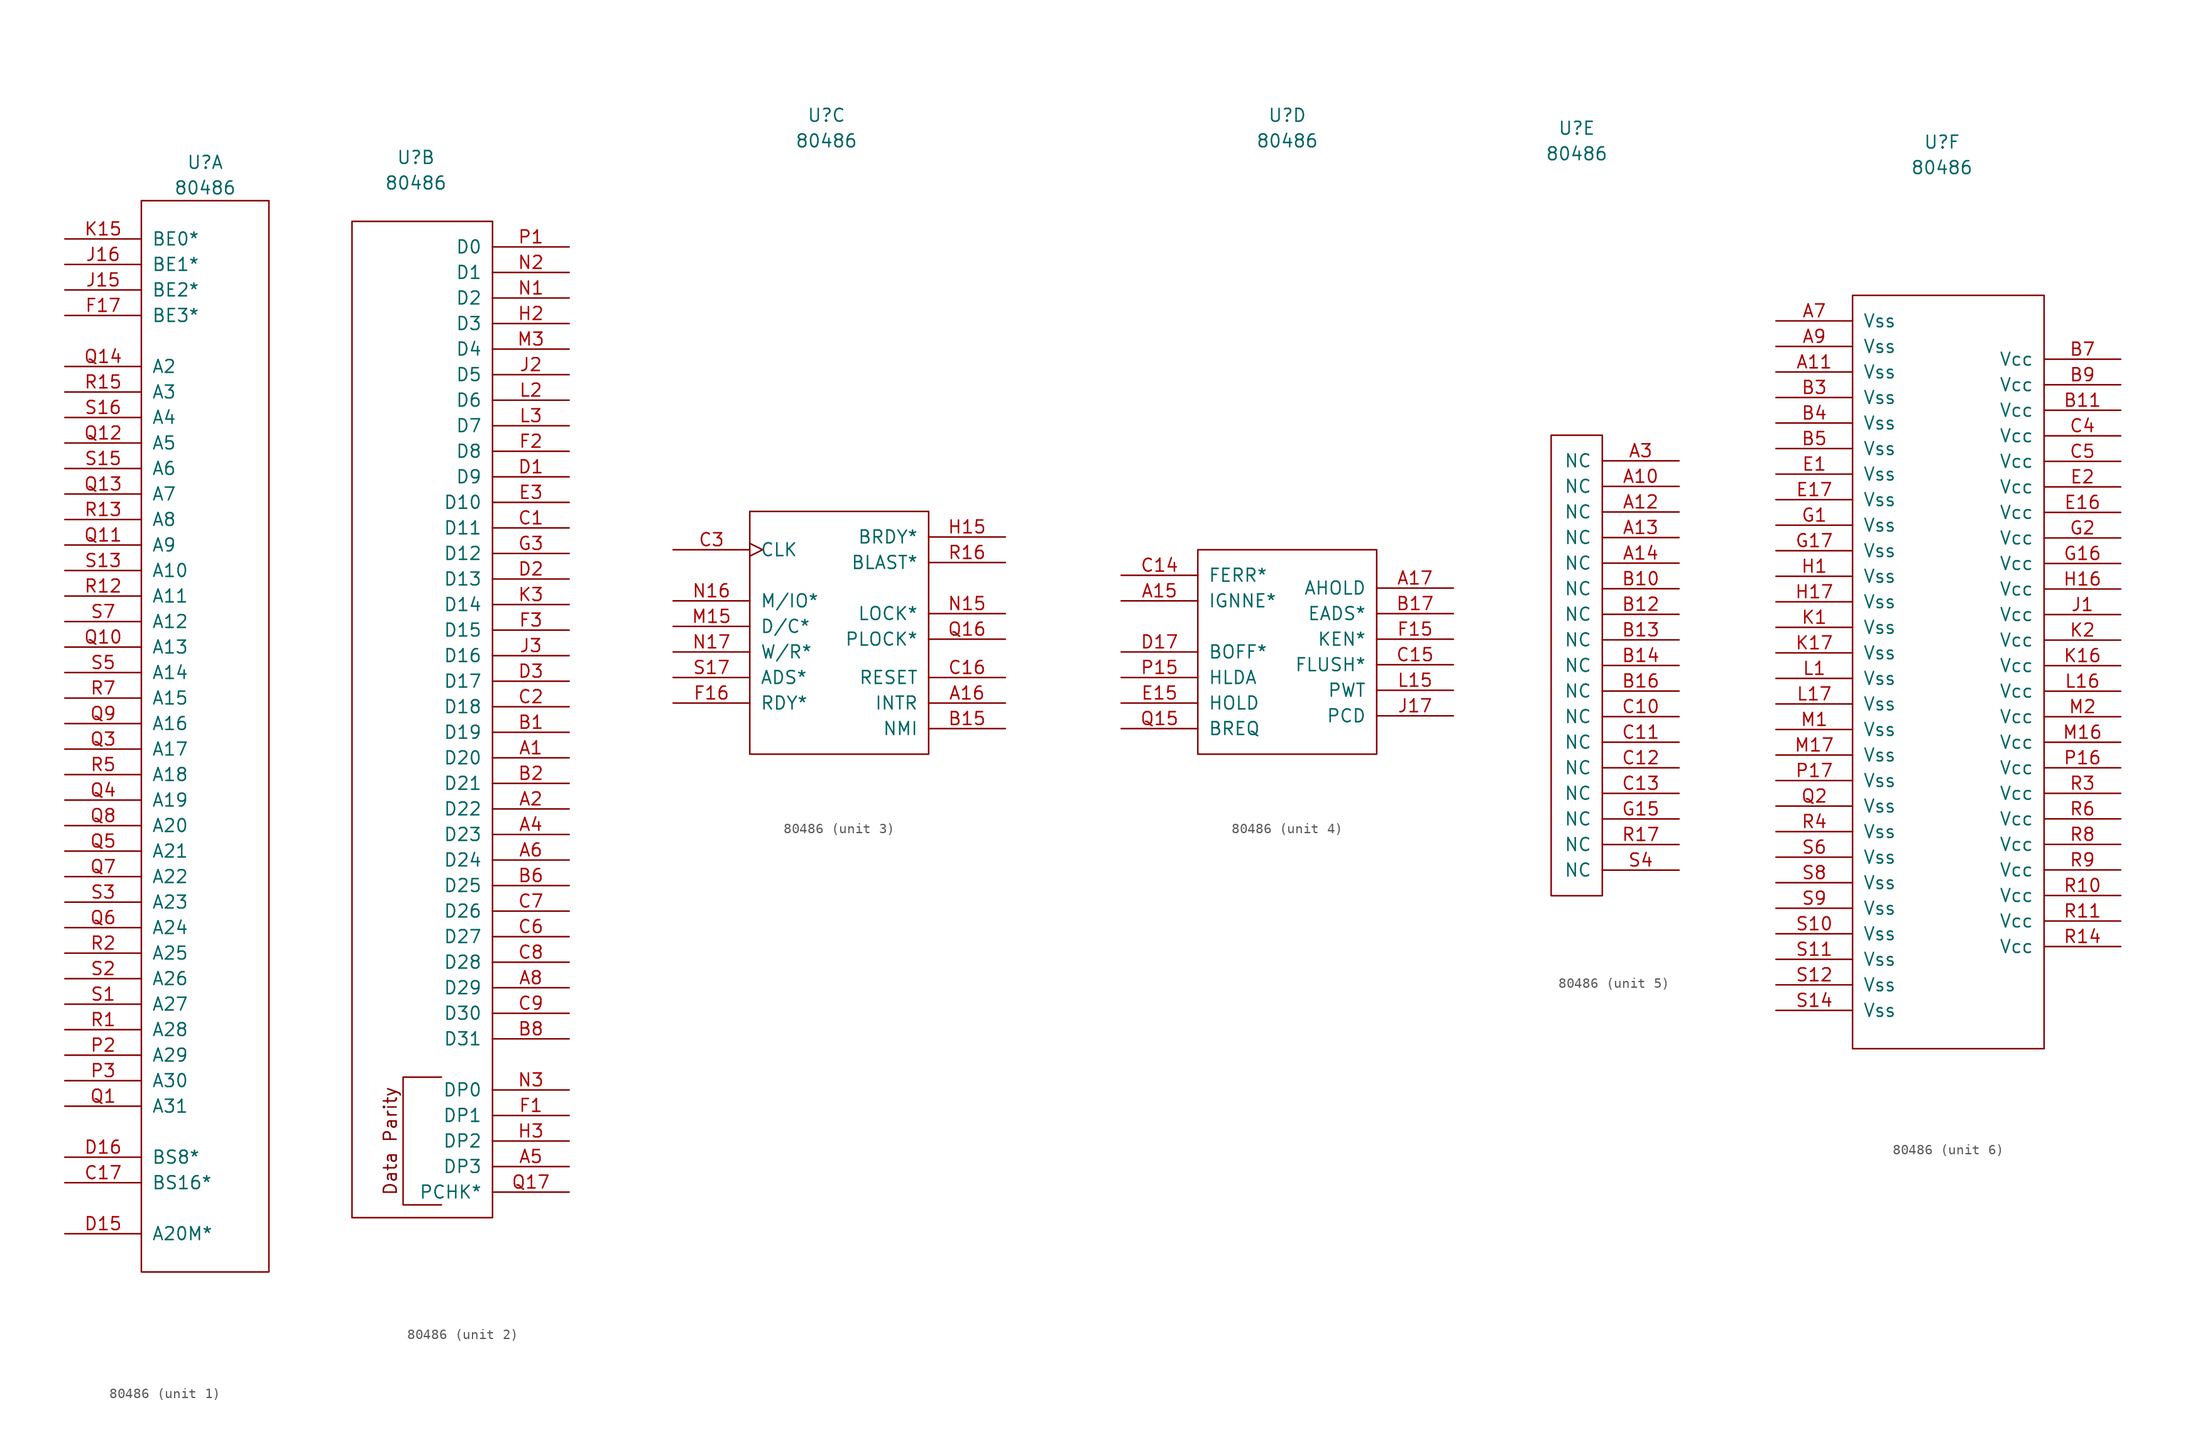
<source format=kicad_sym>
(kicad_symbol_lib
  (version 20211014)
  (generator kicad_symbol_editor)
  (symbol "80486"
    (pin_names
      (offset 1.016))
    (property "Reference" "U"
      (at 0 53.34 0)
      (effects (font (size 1.27 1.27))))
    (property "Value" "80486"
      (at 0 50.8 0)
      (effects (font (size 1.27 1.27))))
    (property "ki_locked" ""
      (at 0 0 0)
      (effects (font (size 1.27 1.27))))
    (symbol "80486_1_1"
      (rectangle (start -6.35 49.53) (end 6.35 -57.15) (stroke (width 0) (type default) (color 0 0 0 0)) (fill (type none)))
      (pin input line (at -13.97 -48.26 0) (length 7.62) (name "BS16*" (effects (font (size 1.27 1.27)))) (number "C17" (effects (font (size 1.27 1.27)))))
      (pin input line (at -13.97 -53.34 0) (length 7.62) (name "A20M*" (effects (font (size 1.27 1.27)))) (number "D15" (effects (font (size 1.27 1.27)))))
      (pin input line (at -13.97 -45.72 0) (length 7.62) (name "BS8*" (effects (font (size 1.27 1.27)))) (number "D16" (effects (font (size 1.27 1.27)))))
      (pin output line (at -13.97 38.1 0) (length 7.62) (name "BE3*" (effects (font (size 1.27 1.27)))) (number "F17" (effects (font (size 1.27 1.27)))))
      (pin output line (at -13.97 40.64 0) (length 7.62) (name "BE2*" (effects (font (size 1.27 1.27)))) (number "J15" (effects (font (size 1.27 1.27)))))
      (pin output line (at -13.97 43.18 0) (length 7.62) (name "BE1*" (effects (font (size 1.27 1.27)))) (number "J16" (effects (font (size 1.27 1.27)))))
      (pin output line (at -13.97 45.72 0) (length 7.62) (name "BE0*" (effects (font (size 1.27 1.27)))) (number "K15" (effects (font (size 1.27 1.27)))))
      (pin bidirectional line (at -13.97 -35.56 0) (length 7.62) (name "A29" (effects (font (size 1.27 1.27)))) (number "P2" (effects (font (size 1.27 1.27)))))
      (pin bidirectional line (at -13.97 -38.1 0) (length 7.62) (name "A30" (effects (font (size 1.27 1.27)))) (number "P3" (effects (font (size 1.27 1.27)))))
      (pin bidirectional line (at -13.97 -40.64 0) (length 7.62) (name "A31" (effects (font (size 1.27 1.27)))) (number "Q1" (effects (font (size 1.27 1.27)))))
      (pin bidirectional line (at -13.97 5.08 0) (length 7.62) (name "A13" (effects (font (size 1.27 1.27)))) (number "Q10" (effects (font (size 1.27 1.27)))))
      (pin bidirectional line (at -13.97 15.24 0) (length 7.62) (name "A9" (effects (font (size 1.27 1.27)))) (number "Q11" (effects (font (size 1.27 1.27)))))
      (pin bidirectional line (at -13.97 25.4 0) (length 7.62) (name "A5" (effects (font (size 1.27 1.27)))) (number "Q12" (effects (font (size 1.27 1.27)))))
      (pin bidirectional line (at -13.97 20.32 0) (length 7.62) (name "A7" (effects (font (size 1.27 1.27)))) (number "Q13" (effects (font (size 1.27 1.27)))))
      (pin output line (at -13.97 33.02 0) (length 7.62) (name "A2" (effects (font (size 1.27 1.27)))) (number "Q14" (effects (font (size 1.27 1.27)))))
      (pin bidirectional line (at -13.97 -5.08 0) (length 7.62) (name "A17" (effects (font (size 1.27 1.27)))) (number "Q3" (effects (font (size 1.27 1.27)))))
      (pin bidirectional line (at -13.97 -10.16 0) (length 7.62) (name "A19" (effects (font (size 1.27 1.27)))) (number "Q4" (effects (font (size 1.27 1.27)))))
      (pin bidirectional line (at -13.97 -15.24 0) (length 7.62) (name "A21" (effects (font (size 1.27 1.27)))) (number "Q5" (effects (font (size 1.27 1.27)))))
      (pin bidirectional line (at -13.97 -22.86 0) (length 7.62) (name "A24" (effects (font (size 1.27 1.27)))) (number "Q6" (effects (font (size 1.27 1.27)))))
      (pin bidirectional line (at -13.97 -17.78 0) (length 7.62) (name "A22" (effects (font (size 1.27 1.27)))) (number "Q7" (effects (font (size 1.27 1.27)))))
      (pin bidirectional line (at -13.97 -12.7 0) (length 7.62) (name "A20" (effects (font (size 1.27 1.27)))) (number "Q8" (effects (font (size 1.27 1.27)))))
      (pin bidirectional line (at -13.97 -2.54 0) (length 7.62) (name "A16" (effects (font (size 1.27 1.27)))) (number "Q9" (effects (font (size 1.27 1.27)))))
      (pin bidirectional line (at -13.97 -33.02 0) (length 7.62) (name "A28" (effects (font (size 1.27 1.27)))) (number "R1" (effects (font (size 1.27 1.27)))))
      (pin bidirectional line (at -13.97 10.16 0) (length 7.62) (name "A11" (effects (font (size 1.27 1.27)))) (number "R12" (effects (font (size 1.27 1.27)))))
      (pin bidirectional line (at -13.97 17.78 0) (length 7.62) (name "A8" (effects (font (size 1.27 1.27)))) (number "R13" (effects (font (size 1.27 1.27)))))
      (pin output line (at -13.97 30.48 0) (length 7.62) (name "A3" (effects (font (size 1.27 1.27)))) (number "R15" (effects (font (size 1.27 1.27)))))
      (pin bidirectional line (at -13.97 -25.4 0) (length 7.62) (name "A25" (effects (font (size 1.27 1.27)))) (number "R2" (effects (font (size 1.27 1.27)))))
      (pin bidirectional line (at -13.97 -7.62 0) (length 7.62) (name "A18" (effects (font (size 1.27 1.27)))) (number "R5" (effects (font (size 1.27 1.27)))))
      (pin bidirectional line (at -13.97 0 0) (length 7.62) (name "A15" (effects (font (size 1.27 1.27)))) (number "R7" (effects (font (size 1.27 1.27)))))
      (pin bidirectional line (at -13.97 -30.48 0) (length 7.62) (name "A27" (effects (font (size 1.27 1.27)))) (number "S1" (effects (font (size 1.27 1.27)))))
      (pin bidirectional line (at -13.97 12.7 0) (length 7.62) (name "A10" (effects (font (size 1.27 1.27)))) (number "S13" (effects (font (size 1.27 1.27)))))
      (pin bidirectional line (at -13.97 22.86 0) (length 7.62) (name "A6" (effects (font (size 1.27 1.27)))) (number "S15" (effects (font (size 1.27 1.27)))))
      (pin bidirectional line (at -13.97 27.94 0) (length 7.62) (name "A4" (effects (font (size 1.27 1.27)))) (number "S16" (effects (font (size 1.27 1.27)))))
      (pin bidirectional line (at -13.97 -27.94 0) (length 7.62) (name "A26" (effects (font (size 1.27 1.27)))) (number "S2" (effects (font (size 1.27 1.27)))))
      (pin bidirectional line (at -13.97 -20.32 0) (length 7.62) (name "A23" (effects (font (size 1.27 1.27)))) (number "S3" (effects (font (size 1.27 1.27)))))
      (pin bidirectional line (at -13.97 2.54 0) (length 7.62) (name "A14" (effects (font (size 1.27 1.27)))) (number "S5" (effects (font (size 1.27 1.27)))))
      (pin bidirectional line (at -13.97 7.62 0) (length 7.62) (name "A12" (effects (font (size 1.27 1.27)))) (number "S7" (effects (font (size 1.27 1.27))))))
    (symbol "80486_2_1"
      (polyline (pts (xy 2.54 -38.1) (xy -1.27 -38.1) (xy -1.27 -50.8) (xy 2.54 -50.8)) (stroke (width 0) (type default) (color 0 0 0 0)) (fill (type none)))
      (rectangle (start 7.62 46.99) (end -6.35 -52.07) (stroke (width 0) (type default) (color 0 0 0 0)) (fill (type none)))
      (text "Data Parity" (at -2.54 -44.45 900) (effects (font (size 1.27 1.27))))
      (pin bidirectional line (at 15.24 -6.35 180) (length 7.62) (name "D20" (effects (font (size 1.27 1.27)))) (number "A1" (effects (font (size 1.27 1.27)))))
      (pin bidirectional line (at 15.24 -11.43 180) (length 7.62) (name "D22" (effects (font (size 1.27 1.27)))) (number "A2" (effects (font (size 1.27 1.27)))))
      (pin bidirectional line (at 15.24 -13.97 180) (length 7.62) (name "D23" (effects (font (size 1.27 1.27)))) (number "A4" (effects (font (size 1.27 1.27)))))
      (pin bidirectional line (at 15.24 -46.99 180) (length 7.62) (name "DP3" (effects (font (size 1.27 1.27)))) (number "A5" (effects (font (size 1.27 1.27)))))
      (pin bidirectional line (at 15.24 -16.51 180) (length 7.62) (name "D24" (effects (font (size 1.27 1.27)))) (number "A6" (effects (font (size 1.27 1.27)))))
      (pin bidirectional line (at 15.24 -29.21 180) (length 7.62) (name "D29" (effects (font (size 1.27 1.27)))) (number "A8" (effects (font (size 1.27 1.27)))))
      (pin bidirectional line (at 15.24 -3.81 180) (length 7.62) (name "D19" (effects (font (size 1.27 1.27)))) (number "B1" (effects (font (size 1.27 1.27)))))
      (pin bidirectional line (at 15.24 -8.89 180) (length 7.62) (name "D21" (effects (font (size 1.27 1.27)))) (number "B2" (effects (font (size 1.27 1.27)))))
      (pin bidirectional line (at 15.24 -19.05 180) (length 7.62) (name "D25" (effects (font (size 1.27 1.27)))) (number "B6" (effects (font (size 1.27 1.27)))))
      (pin bidirectional line (at 15.24 -34.29 180) (length 7.62) (name "D31" (effects (font (size 1.27 1.27)))) (number "B8" (effects (font (size 1.27 1.27)))))
      (pin bidirectional line (at 15.24 16.51 180) (length 7.62) (name "D11" (effects (font (size 1.27 1.27)))) (number "C1" (effects (font (size 1.27 1.27)))))
      (pin bidirectional line (at 15.24 -1.27 180) (length 7.62) (name "D18" (effects (font (size 1.27 1.27)))) (number "C2" (effects (font (size 1.27 1.27)))))
      (pin bidirectional line (at 15.24 -24.13 180) (length 7.62) (name "D27" (effects (font (size 1.27 1.27)))) (number "C6" (effects (font (size 1.27 1.27)))))
      (pin bidirectional line (at 15.24 -21.59 180) (length 7.62) (name "D26" (effects (font (size 1.27 1.27)))) (number "C7" (effects (font (size 1.27 1.27)))))
      (pin bidirectional line (at 15.24 -26.67 180) (length 7.62) (name "D28" (effects (font (size 1.27 1.27)))) (number "C8" (effects (font (size 1.27 1.27)))))
      (pin bidirectional line (at 15.24 -31.75 180) (length 7.62) (name "D30" (effects (font (size 1.27 1.27)))) (number "C9" (effects (font (size 1.27 1.27)))))
      (pin bidirectional line (at 15.24 21.59 180) (length 7.62) (name "D9" (effects (font (size 1.27 1.27)))) (number "D1" (effects (font (size 1.27 1.27)))))
      (pin bidirectional line (at 15.24 11.43 180) (length 7.62) (name "D13" (effects (font (size 1.27 1.27)))) (number "D2" (effects (font (size 1.27 1.27)))))
      (pin bidirectional line (at 15.24 1.27 180) (length 7.62) (name "D17" (effects (font (size 1.27 1.27)))) (number "D3" (effects (font (size 1.27 1.27)))))
      (pin bidirectional line (at 15.24 19.05 180) (length 7.62) (name "D10" (effects (font (size 1.27 1.27)))) (number "E3" (effects (font (size 1.27 1.27)))))
      (pin bidirectional line (at 15.24 -41.91 180) (length 7.62) (name "DP1" (effects (font (size 1.27 1.27)))) (number "F1" (effects (font (size 1.27 1.27)))))
      (pin bidirectional line (at 15.24 24.13 180) (length 7.62) (name "D8" (effects (font (size 1.27 1.27)))) (number "F2" (effects (font (size 1.27 1.27)))))
      (pin bidirectional line (at 15.24 6.35 180) (length 7.62) (name "D15" (effects (font (size 1.27 1.27)))) (number "F3" (effects (font (size 1.27 1.27)))))
      (pin bidirectional line (at 15.24 13.97 180) (length 7.62) (name "D12" (effects (font (size 1.27 1.27)))) (number "G3" (effects (font (size 1.27 1.27)))))
      (pin bidirectional line (at 15.24 36.83 180) (length 7.62) (name "D3" (effects (font (size 1.27 1.27)))) (number "H2" (effects (font (size 1.27 1.27)))))
      (pin bidirectional line (at 15.24 -44.45 180) (length 7.62) (name "DP2" (effects (font (size 1.27 1.27)))) (number "H3" (effects (font (size 1.27 1.27)))))
      (pin bidirectional line (at 15.24 31.75 180) (length 7.62) (name "D5" (effects (font (size 1.27 1.27)))) (number "J2" (effects (font (size 1.27 1.27)))))
      (pin bidirectional line (at 15.24 3.81 180) (length 7.62) (name "D16" (effects (font (size 1.27 1.27)))) (number "J3" (effects (font (size 1.27 1.27)))))
      (pin bidirectional line (at 15.24 8.89 180) (length 7.62) (name "D14" (effects (font (size 1.27 1.27)))) (number "K3" (effects (font (size 1.27 1.27)))))
      (pin bidirectional line (at 15.24 29.21 180) (length 7.62) (name "D6" (effects (font (size 1.27 1.27)))) (number "L2" (effects (font (size 1.27 1.27)))))
      (pin bidirectional line (at 15.24 26.67 180) (length 7.62) (name "D7" (effects (font (size 1.27 1.27)))) (number "L3" (effects (font (size 1.27 1.27)))))
      (pin bidirectional line (at 15.24 34.29 180) (length 7.62) (name "D4" (effects (font (size 1.27 1.27)))) (number "M3" (effects (font (size 1.27 1.27)))))
      (pin bidirectional line (at 15.24 39.37 180) (length 7.62) (name "D2" (effects (font (size 1.27 1.27)))) (number "N1" (effects (font (size 1.27 1.27)))))
      (pin bidirectional line (at 15.24 41.91 180) (length 7.62) (name "D1" (effects (font (size 1.27 1.27)))) (number "N2" (effects (font (size 1.27 1.27)))))
      (pin bidirectional line (at 15.24 -39.37 180) (length 7.62) (name "DP0" (effects (font (size 1.27 1.27)))) (number "N3" (effects (font (size 1.27 1.27)))))
      (pin bidirectional line (at 15.24 44.45 180) (length 7.62) (name "D0" (effects (font (size 1.27 1.27)))) (number "P1" (effects (font (size 1.27 1.27)))))
      (pin input line (at 15.24 -49.53 180) (length 7.62) (name "PCHK*" (effects (font (size 1.27 1.27)))) (number "Q17" (effects (font (size 1.27 1.27))))))
    (symbol "80486_3_1"
      (rectangle (start -7.62 13.97) (end 10.16 -10.16) (stroke (width 0) (type default) (color 0 0 0 0)) (fill (type none)))
      (pin input line (at 17.78 -5.08 180) (length 7.62) (name "INTR" (effects (font (size 1.27 1.27)))) (number "A16" (effects (font (size 1.27 1.27)))))
      (pin input line (at 17.78 -7.62 180) (length 7.62) (name "NMI" (effects (font (size 1.27 1.27)))) (number "B15" (effects (font (size 1.27 1.27)))))
      (pin input line (at 17.78 -2.54 180) (length 7.62) (name "RESET" (effects (font (size 1.27 1.27)))) (number "C16" (effects (font (size 1.27 1.27)))))
      (pin input clock (at -15.24 10.16 0) (length 7.62) (name "CLK" (effects (font (size 1.27 1.27)))) (number "C3" (effects (font (size 1.27 1.27)))))
      (pin input line (at -15.24 -5.08 0) (length 7.62) (name "RDY*" (effects (font (size 1.27 1.27)))) (number "F16" (effects (font (size 1.27 1.27)))))
      (pin input line (at 17.78 11.43 180) (length 7.62) (name "BRDY*" (effects (font (size 1.27 1.27)))) (number "H15" (effects (font (size 1.27 1.27)))))
      (pin output line (at -15.24 2.54 0) (length 7.62) (name "D/C*" (effects (font (size 1.27 1.27)))) (number "M15" (effects (font (size 1.27 1.27)))))
      (pin output line (at 17.78 3.81 180) (length 7.62) (name "LOCK*" (effects (font (size 1.27 1.27)))) (number "N15" (effects (font (size 1.27 1.27)))))
      (pin output line (at -15.24 5.08 0) (length 7.62) (name "M/IO*" (effects (font (size 1.27 1.27)))) (number "N16" (effects (font (size 1.27 1.27)))))
      (pin output line (at -15.24 0 0) (length 7.62) (name "W/R*" (effects (font (size 1.27 1.27)))) (number "N17" (effects (font (size 1.27 1.27)))))
      (pin output line (at 17.78 1.27 180) (length 7.62) (name "PLOCK*" (effects (font (size 1.27 1.27)))) (number "Q16" (effects (font (size 1.27 1.27)))))
      (pin output line (at 17.78 8.89 180) (length 7.62) (name "BLAST*" (effects (font (size 1.27 1.27)))) (number "R16" (effects (font (size 1.27 1.27)))))
      (pin output line (at -15.24 -2.54 0) (length 7.62) (name "ADS*" (effects (font (size 1.27 1.27)))) (number "S17" (effects (font (size 1.27 1.27))))))
    (symbol "80486_4_1"
      (rectangle (start -8.89 10.16) (end 8.89 -10.16) (stroke (width 0) (type default) (color 0 0 0 0)) (fill (type none)))
      (pin input line (at -16.51 5.08 0) (length 7.62) (name "IGNNE*" (effects (font (size 1.27 1.27)))) (number "A15" (effects (font (size 1.27 1.27)))))
      (pin input line (at 16.51 6.35 180) (length 7.62) (name "AHOLD" (effects (font (size 1.27 1.27)))) (number "A17" (effects (font (size 1.27 1.27)))))
      (pin input line (at 16.51 3.81 180) (length 7.62) (name "EADS*" (effects (font (size 1.27 1.27)))) (number "B17" (effects (font (size 1.27 1.27)))))
      (pin output line (at -16.51 7.62 0) (length 7.62) (name "FERR*" (effects (font (size 1.27 1.27)))) (number "C14" (effects (font (size 1.27 1.27)))))
      (pin input line (at 16.51 -1.27 180) (length 7.62) (name "FLUSH*" (effects (font (size 1.27 1.27)))) (number "C15" (effects (font (size 1.27 1.27)))))
      (pin input line (at -16.51 0 0) (length 7.62) (name "BOFF*" (effects (font (size 1.27 1.27)))) (number "D17" (effects (font (size 1.27 1.27)))))
      (pin input line (at -16.51 -5.08 0) (length 7.62) (name "HOLD" (effects (font (size 1.27 1.27)))) (number "E15" (effects (font (size 1.27 1.27)))))
      (pin input line (at 16.51 1.27 180) (length 7.62) (name "KEN*" (effects (font (size 1.27 1.27)))) (number "F15" (effects (font (size 1.27 1.27)))))
      (pin output line (at 16.51 -6.35 180) (length 7.62) (name "PCD" (effects (font (size 1.27 1.27)))) (number "J17" (effects (font (size 1.27 1.27)))))
      (pin output line (at 16.51 -3.81 180) (length 7.62) (name "PWT" (effects (font (size 1.27 1.27)))) (number "L15" (effects (font (size 1.27 1.27)))))
      (pin output line (at -16.51 -2.54 0) (length 7.62) (name "HLDA" (effects (font (size 1.27 1.27)))) (number "P15" (effects (font (size 1.27 1.27)))))
      (pin output line (at -16.51 -7.62 0) (length 7.62) (name "BREQ" (effects (font (size 1.27 1.27)))) (number "Q15" (effects (font (size 1.27 1.27))))))
    (symbol "80486_5_1"
      (rectangle (start 2.54 22.86) (end -2.54 -22.86) (stroke (width 0) (type default) (color 0 0 0 0)) (fill (type none)))
      (pin bidirectional line (at 10.16 17.78 180) (length 7.62) (name "NC" (effects (font (size 1.27 1.27)))) (number "A10" (effects (font (size 1.27 1.27)))))
      (pin bidirectional line (at 10.16 15.24 180) (length 7.62) (name "NC" (effects (font (size 1.27 1.27)))) (number "A12" (effects (font (size 1.27 1.27)))))
      (pin bidirectional line (at 10.16 12.7 180) (length 7.62) (name "NC" (effects (font (size 1.27 1.27)))) (number "A13" (effects (font (size 1.27 1.27)))))
      (pin bidirectional line (at 10.16 10.16 180) (length 7.62) (name "NC" (effects (font (size 1.27 1.27)))) (number "A14" (effects (font (size 1.27 1.27)))))
      (pin bidirectional line (at 10.16 20.32 180) (length 7.62) (name "NC" (effects (font (size 1.27 1.27)))) (number "A3" (effects (font (size 1.27 1.27)))))
      (pin bidirectional line (at 10.16 7.62 180) (length 7.62) (name "NC" (effects (font (size 1.27 1.27)))) (number "B10" (effects (font (size 1.27 1.27)))))
      (pin bidirectional line (at 10.16 5.08 180) (length 7.62) (name "NC" (effects (font (size 1.27 1.27)))) (number "B12" (effects (font (size 1.27 1.27)))))
      (pin bidirectional line (at 10.16 2.54 180) (length 7.62) (name "NC" (effects (font (size 1.27 1.27)))) (number "B13" (effects (font (size 1.27 1.27)))))
      (pin bidirectional line (at 10.16 0 180) (length 7.62) (name "NC" (effects (font (size 1.27 1.27)))) (number "B14" (effects (font (size 1.27 1.27)))))
      (pin bidirectional line (at 10.16 -2.54 180) (length 7.62) (name "NC" (effects (font (size 1.27 1.27)))) (number "B16" (effects (font (size 1.27 1.27)))))
      (pin bidirectional line (at 10.16 -5.08 180) (length 7.62) (name "NC" (effects (font (size 1.27 1.27)))) (number "C10" (effects (font (size 1.27 1.27)))))
      (pin bidirectional line (at 10.16 -7.62 180) (length 7.62) (name "NC" (effects (font (size 1.27 1.27)))) (number "C11" (effects (font (size 1.27 1.27)))))
      (pin bidirectional line (at 10.16 -10.16 180) (length 7.62) (name "NC" (effects (font (size 1.27 1.27)))) (number "C12" (effects (font (size 1.27 1.27)))))
      (pin bidirectional line (at 10.16 -12.7 180) (length 7.62) (name "NC" (effects (font (size 1.27 1.27)))) (number "C13" (effects (font (size 1.27 1.27)))))
      (pin bidirectional line (at 10.16 -15.24 180) (length 7.62) (name "NC" (effects (font (size 1.27 1.27)))) (number "G15" (effects (font (size 1.27 1.27)))))
      (pin bidirectional line (at 10.16 -17.78 180) (length 7.62) (name "NC" (effects (font (size 1.27 1.27)))) (number "R17" (effects (font (size 1.27 1.27)))))
      (pin bidirectional line (at 10.16 -20.32 180) (length 7.62) (name "NC" (effects (font (size 1.27 1.27)))) (number "S4" (effects (font (size 1.27 1.27))))))
    (symbol "80486_6_1"
      (rectangle (start -8.89 38.1) (end 10.16 -36.83) (stroke (width 0) (type default) (color 0 0 0 0)) (fill (type none)))
      (pin power_in line (at -16.51 30.48 0) (length 7.62) (name "Vss" (effects (font (size 1.27 1.27)))) (number "A11" (effects (font (size 1.27 1.27)))))
      (pin power_in line (at -16.51 35.56 0) (length 7.62) (name "Vss" (effects (font (size 1.27 1.27)))) (number "A7" (effects (font (size 1.27 1.27)))))
      (pin power_in line (at -16.51 33.02 0) (length 7.62) (name "Vss" (effects (font (size 1.27 1.27)))) (number "A9" (effects (font (size 1.27 1.27)))))
      (pin power_in line (at 17.78 26.67 180) (length 7.62) (name "Vcc" (effects (font (size 1.27 1.27)))) (number "B11" (effects (font (size 1.27 1.27)))))
      (pin power_in line (at -16.51 27.94 0) (length 7.62) (name "Vss" (effects (font (size 1.27 1.27)))) (number "B3" (effects (font (size 1.27 1.27)))))
      (pin power_in line (at -16.51 25.4 0) (length 7.62) (name "Vss" (effects (font (size 1.27 1.27)))) (number "B4" (effects (font (size 1.27 1.27)))))
      (pin power_in line (at -16.51 22.86 0) (length 7.62) (name "Vss" (effects (font (size 1.27 1.27)))) (number "B5" (effects (font (size 1.27 1.27)))))
      (pin power_in line (at 17.78 31.75 180) (length 7.62) (name "Vcc" (effects (font (size 1.27 1.27)))) (number "B7" (effects (font (size 1.27 1.27)))))
      (pin power_in line (at 17.78 29.21 180) (length 7.62) (name "Vcc" (effects (font (size 1.27 1.27)))) (number "B9" (effects (font (size 1.27 1.27)))))
      (pin power_in line (at 17.78 24.13 180) (length 7.62) (name "Vcc" (effects (font (size 1.27 1.27)))) (number "C4" (effects (font (size 1.27 1.27)))))
      (pin power_in line (at 17.78 21.59 180) (length 7.62) (name "Vcc" (effects (font (size 1.27 1.27)))) (number "C5" (effects (font (size 1.27 1.27)))))
      (pin power_in line (at -16.51 20.32 0) (length 7.62) (name "Vss" (effects (font (size 1.27 1.27)))) (number "E1" (effects (font (size 1.27 1.27)))))
      (pin power_in line (at 17.78 16.51 180) (length 7.62) (name "Vcc" (effects (font (size 1.27 1.27)))) (number "E16" (effects (font (size 1.27 1.27)))))
      (pin power_in line (at -16.51 17.78 0) (length 7.62) (name "Vss" (effects (font (size 1.27 1.27)))) (number "E17" (effects (font (size 1.27 1.27)))))
      (pin power_in line (at 17.78 19.05 180) (length 7.62) (name "Vcc" (effects (font (size 1.27 1.27)))) (number "E2" (effects (font (size 1.27 1.27)))))
      (pin power_in line (at -16.51 15.24 0) (length 7.62) (name "Vss" (effects (font (size 1.27 1.27)))) (number "G1" (effects (font (size 1.27 1.27)))))
      (pin power_in line (at 17.78 11.43 180) (length 7.62) (name "Vcc" (effects (font (size 1.27 1.27)))) (number "G16" (effects (font (size 1.27 1.27)))))
      (pin power_in line (at -16.51 12.7 0) (length 7.62) (name "Vss" (effects (font (size 1.27 1.27)))) (number "G17" (effects (font (size 1.27 1.27)))))
      (pin power_in line (at 17.78 13.97 180) (length 7.62) (name "Vcc" (effects (font (size 1.27 1.27)))) (number "G2" (effects (font (size 1.27 1.27)))))
      (pin power_in line (at -16.51 10.16 0) (length 7.62) (name "Vss" (effects (font (size 1.27 1.27)))) (number "H1" (effects (font (size 1.27 1.27)))))
      (pin power_in line (at 17.78 8.89 180) (length 7.62) (name "Vcc" (effects (font (size 1.27 1.27)))) (number "H16" (effects (font (size 1.27 1.27)))))
      (pin power_in line (at -16.51 7.62 0) (length 7.62) (name "Vss" (effects (font (size 1.27 1.27)))) (number "H17" (effects (font (size 1.27 1.27)))))
      (pin power_in line (at 17.78 6.35 180) (length 7.62) (name "Vcc" (effects (font (size 1.27 1.27)))) (number "J1" (effects (font (size 1.27 1.27)))))
      (pin power_in line (at -16.51 5.08 0) (length 7.62) (name "Vss" (effects (font (size 1.27 1.27)))) (number "K1" (effects (font (size 1.27 1.27)))))
      (pin power_in line (at 17.78 1.27 180) (length 7.62) (name "Vcc" (effects (font (size 1.27 1.27)))) (number "K16" (effects (font (size 1.27 1.27)))))
      (pin power_in line (at -16.51 2.54 0) (length 7.62) (name "Vss" (effects (font (size 1.27 1.27)))) (number "K17" (effects (font (size 1.27 1.27)))))
      (pin power_in line (at 17.78 3.81 180) (length 7.62) (name "Vcc" (effects (font (size 1.27 1.27)))) (number "K2" (effects (font (size 1.27 1.27)))))
      (pin power_in line (at -16.51 0 0) (length 7.62) (name "Vss" (effects (font (size 1.27 1.27)))) (number "L1" (effects (font (size 1.27 1.27)))))
      (pin power_in line (at 17.78 -1.27 180) (length 7.62) (name "Vcc" (effects (font (size 1.27 1.27)))) (number "L16" (effects (font (size 1.27 1.27)))))
      (pin power_in line (at -16.51 -2.54 0) (length 7.62) (name "Vss" (effects (font (size 1.27 1.27)))) (number "L17" (effects (font (size 1.27 1.27)))))
      (pin power_in line (at -16.51 -5.08 0) (length 7.62) (name "Vss" (effects (font (size 1.27 1.27)))) (number "M1" (effects (font (size 1.27 1.27)))))
      (pin power_in line (at 17.78 -6.35 180) (length 7.62) (name "Vcc" (effects (font (size 1.27 1.27)))) (number "M16" (effects (font (size 1.27 1.27)))))
      (pin power_in line (at -16.51 -7.62 0) (length 7.62) (name "Vss" (effects (font (size 1.27 1.27)))) (number "M17" (effects (font (size 1.27 1.27)))))
      (pin power_in line (at 17.78 -3.81 180) (length 7.62) (name "Vcc" (effects (font (size 1.27 1.27)))) (number "M2" (effects (font (size 1.27 1.27)))))
      (pin power_in line (at 17.78 -8.89 180) (length 7.62) (name "Vcc" (effects (font (size 1.27 1.27)))) (number "P16" (effects (font (size 1.27 1.27)))))
      (pin power_in line (at -16.51 -10.16 0) (length 7.62) (name "Vss" (effects (font (size 1.27 1.27)))) (number "P17" (effects (font (size 1.27 1.27)))))
      (pin power_in line (at -16.51 -12.7 0) (length 7.62) (name "Vss" (effects (font (size 1.27 1.27)))) (number "Q2" (effects (font (size 1.27 1.27)))))
      (pin power_in line (at 17.78 -21.59 180) (length 7.62) (name "Vcc" (effects (font (size 1.27 1.27)))) (number "R10" (effects (font (size 1.27 1.27)))))
      (pin power_in line (at 17.78 -24.13 180) (length 7.62) (name "Vcc" (effects (font (size 1.27 1.27)))) (number "R11" (effects (font (size 1.27 1.27)))))
      (pin power_in line (at 17.78 -26.67 180) (length 7.62) (name "Vcc" (effects (font (size 1.27 1.27)))) (number "R14" (effects (font (size 1.27 1.27)))))
      (pin power_in line (at 17.78 -11.43 180) (length 7.62) (name "Vcc" (effects (font (size 1.27 1.27)))) (number "R3" (effects (font (size 1.27 1.27)))))
      (pin power_in line (at -16.51 -15.24 0) (length 7.62) (name "Vss" (effects (font (size 1.27 1.27)))) (number "R4" (effects (font (size 1.27 1.27)))))
      (pin power_in line (at 17.78 -13.97 180) (length 7.62) (name "Vcc" (effects (font (size 1.27 1.27)))) (number "R6" (effects (font (size 1.27 1.27)))))
      (pin power_in line (at 17.78 -16.51 180) (length 7.62) (name "Vcc" (effects (font (size 1.27 1.27)))) (number "R8" (effects (font (size 1.27 1.27)))))
      (pin power_in line (at 17.78 -19.05 180) (length 7.62) (name "Vcc" (effects (font (size 1.27 1.27)))) (number "R9" (effects (font (size 1.27 1.27)))))
      (pin power_in line (at -16.51 -25.4 0) (length 7.62) (name "Vss" (effects (font (size 1.27 1.27)))) (number "S10" (effects (font (size 1.27 1.27)))))
      (pin power_in line (at -16.51 -27.94 0) (length 7.62) (name "Vss" (effects (font (size 1.27 1.27)))) (number "S11" (effects (font (size 1.27 1.27)))))
      (pin power_in line (at -16.51 -30.48 0) (length 7.62) (name "Vss" (effects (font (size 1.27 1.27)))) (number "S12" (effects (font (size 1.27 1.27)))))
      (pin power_in line (at -16.51 -33.02 0) (length 7.62) (name "Vss" (effects (font (size 1.27 1.27)))) (number "S14" (effects (font (size 1.27 1.27)))))
      (pin power_in line (at -16.51 -17.78 0) (length 7.62) (name "Vss" (effects (font (size 1.27 1.27)))) (number "S6" (effects (font (size 1.27 1.27)))))
      (pin power_in line (at -16.51 -20.32 0) (length 7.62) (name "Vss" (effects (font (size 1.27 1.27)))) (number "S8" (effects (font (size 1.27 1.27)))))
      (pin power_in line (at -16.51 -22.86 0) (length 7.62) (name "Vss" (effects (font (size 1.27 1.27)))) (number "S9" (effects (font (size 1.27 1.27))))))))
</source>
